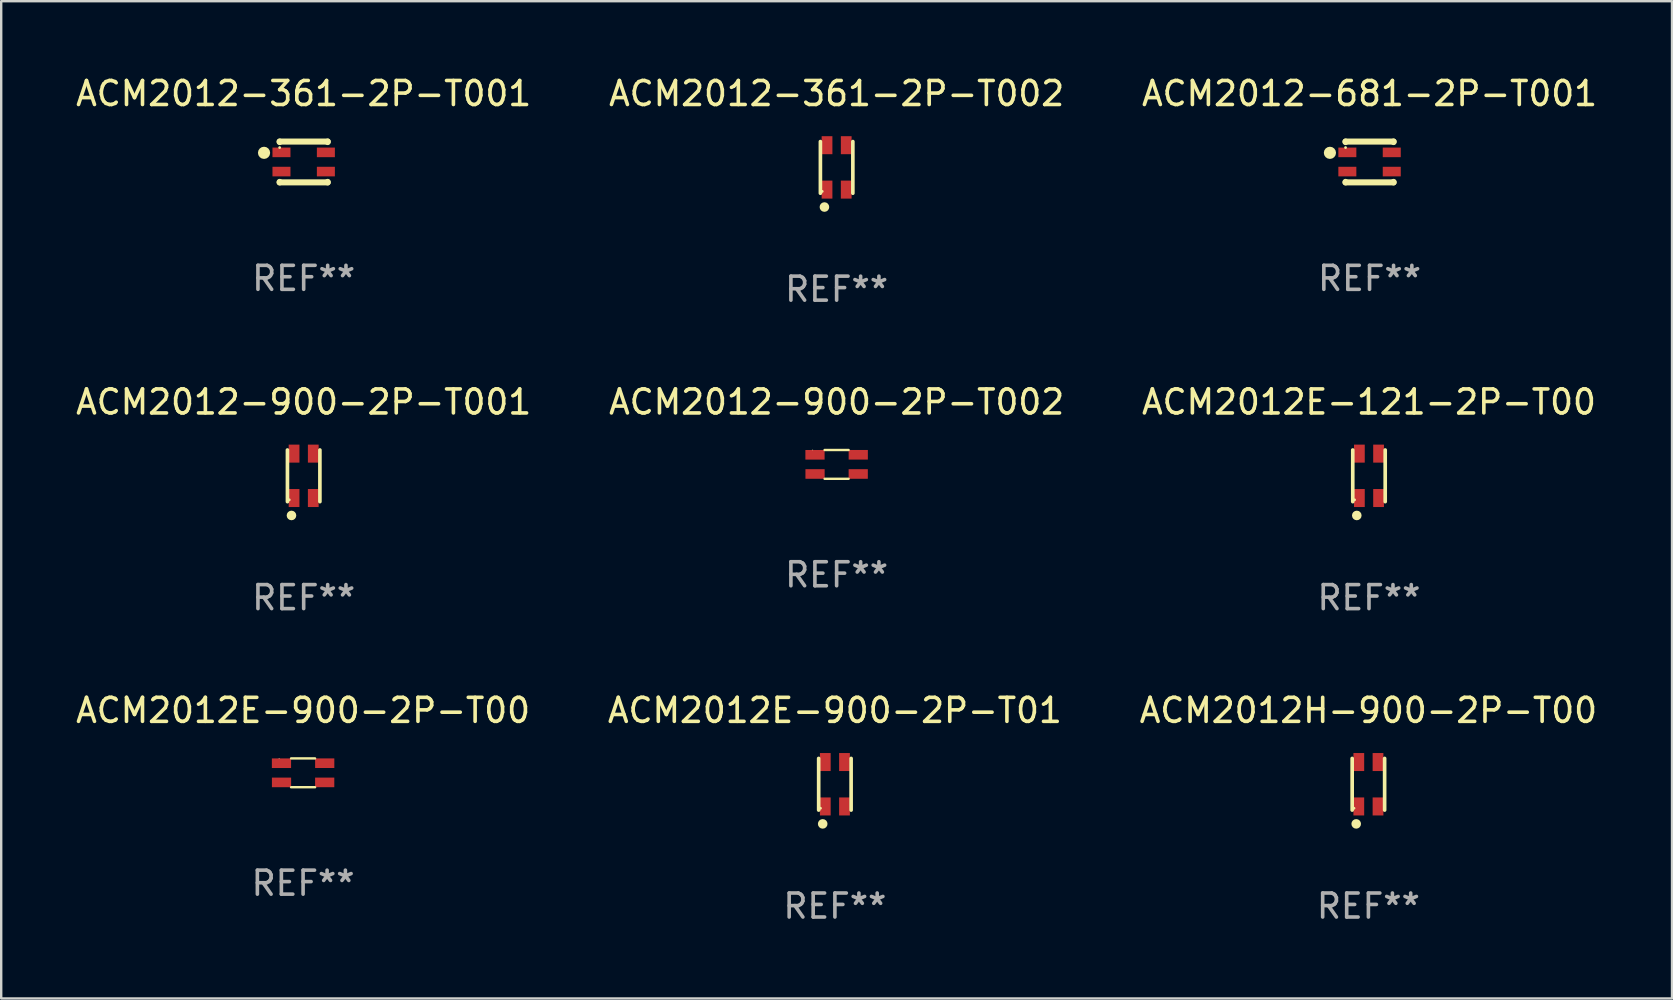
<source format=kicad_pcb>
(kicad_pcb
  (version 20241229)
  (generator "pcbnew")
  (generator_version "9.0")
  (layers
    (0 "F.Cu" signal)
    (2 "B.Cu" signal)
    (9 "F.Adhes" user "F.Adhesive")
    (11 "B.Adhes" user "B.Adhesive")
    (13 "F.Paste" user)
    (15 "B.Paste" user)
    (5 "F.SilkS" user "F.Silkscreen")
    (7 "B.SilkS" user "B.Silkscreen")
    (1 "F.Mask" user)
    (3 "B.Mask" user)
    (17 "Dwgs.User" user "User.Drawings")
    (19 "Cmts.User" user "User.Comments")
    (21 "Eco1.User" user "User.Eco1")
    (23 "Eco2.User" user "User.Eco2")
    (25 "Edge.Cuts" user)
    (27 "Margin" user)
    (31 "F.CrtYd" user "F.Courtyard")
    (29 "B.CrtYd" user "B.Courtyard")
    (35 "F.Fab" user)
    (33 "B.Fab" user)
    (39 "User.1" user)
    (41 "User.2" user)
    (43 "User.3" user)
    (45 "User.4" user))
  (footprint "ACM2012-900-2P-T002"
    (layer "F.Cu")
    (at 31.804 16.297)
    (property "Reference" "ACM2012-900-2P-T002" (at 0 -2.6 0) (layer "F.SilkS") (effects (font (size 1 1) (thickness 0.15))))
    (attr through_hole)
    (fp_line (start -0.501 -0.6) (end 0.499 -0.6) (stroke (width 0.1) (type solid)) (layer "F.SilkS"))
    (fp_line (start -0.501 0.6) (end 0.499 0.6) (stroke (width 0.1) (type solid)) (layer "F.SilkS"))
    (fp_circle (center -1 -0.601) (end -0.99 -0.601) (stroke (width 0.02) (type solid)) (fill no) (layer "F.SilkS"))
    (fp_text user "REF**" (at 0 4.6 0) (layer "F.Fab") (effects (font (size 1 1) (thickness 0.15))))
    (pad "1" smd rect (at -0.901 -0.4 90) (size 0.4 0.8) (layers "F.Cu" "F.Mask" "F.Paste"))
    (pad "2" smd rect (at -0.899 0.399 90) (size 0.4 0.8) (layers "F.Cu" "F.Mask" "F.Paste"))
    (pad "3" smd rect (at 0.9 0.399 90) (size 0.4 0.8) (layers "F.Cu" "F.Mask" "F.Paste"))
    (pad "4" smd rect (at 0.901 -0.401 90) (size 0.4 0.8) (layers "F.Cu" "F.Mask" "F.Paste")))
  (footprint "ACM2012-681-2P-T001"
    (layer "F.Cu")
    (at 54.006 3.698)
    (property "Reference" "ACM2012-681-2P-T001" (at 0 -2.85 0) (layer "F.SilkS") (effects (font (size 1 1) (thickness 0.15))))
    (attr through_hole)
    (fp_line (start -1 -0.85) (end -1 -0.831) (stroke (width 0.254) (type solid)) (layer "F.SilkS"))
    (fp_line (start -1 -0.85) (end 1 -0.85) (stroke (width 0.254) (type solid)) (layer "F.SilkS"))
    (fp_line (start -1 0.831) (end -1 0.85) (stroke (width 0.254) (type solid)) (layer "F.SilkS"))
    (fp_line (start -1 0.85) (end 1 0.85) (stroke (width 0.254) (type solid)) (layer "F.SilkS"))
    (fp_line (start 1 -0.85) (end 1 -0.831) (stroke (width 0.254) (type solid)) (layer "F.SilkS"))
    (fp_line (start 1 0.831) (end 1 0.85) (stroke (width 0.254) (type solid)) (layer "F.SilkS"))
    (fp_circle (center -1.651 -0.381) (end -1.524 -0.381) (stroke (width 0.254) (type solid)) (fill no) (layer "F.SilkS"))
    (fp_circle (center -1 -0.6) (end -0.97 -0.6) (stroke (width 0.06) (type solid)) (fill no) (layer "F.SilkS"))
    (fp_text user "REF**" (at 0 4.85 0) (layer "F.Fab") (effects (font (size 1 1) (thickness 0.15))))
    (pad "1" smd rect (at -0.925 -0.4) (size 0.75 0.4) (layers "F.Cu" "F.Mask" "F.Paste"))
    (pad "2" smd rect (at -0.925 0.4) (size 0.75 0.4) (layers "F.Cu" "F.Mask" "F.Paste"))
    (pad "3" smd rect (at 0.925 0.4) (size 0.75 0.4) (layers "F.Cu" "F.Mask" "F.Paste"))
    (pad "4" smd rect (at 0.925 -0.4) (size 0.75 0.4) (layers "F.Cu" "F.Mask" "F.Paste")))
  (footprint "ACM2012E-900-2P-T00"
    (layer "F.Cu")
    (at 9.577 29.146)
    (property "Reference" "ACM2012E-900-2P-T00" (at 0 -2.6 0) (layer "F.SilkS") (effects (font (size 1 1) (thickness 0.15))))
    (attr through_hole)
    (fp_line (start -0.501 -0.6) (end 0.499 -0.6) (stroke (width 0.1) (type solid)) (layer "F.SilkS"))
    (fp_line (start -0.501 0.6) (end 0.499 0.6) (stroke (width 0.1) (type solid)) (layer "F.SilkS"))
    (fp_circle (center -1 -0.601) (end -0.99 -0.601) (stroke (width 0.02) (type solid)) (fill no) (layer "F.SilkS"))
    (fp_text user "REF**" (at 0 4.6 0) (layer "F.Fab") (effects (font (size 1 1) (thickness 0.15))))
    (pad "1" smd rect (at -0.901 -0.4 90) (size 0.4 0.8) (layers "F.Cu" "F.Mask" "F.Paste"))
    (pad "2" smd rect (at -0.899 0.399 90) (size 0.4 0.8) (layers "F.Cu" "F.Mask" "F.Paste"))
    (pad "3" smd rect (at 0.9 0.399 90) (size 0.4 0.8) (layers "F.Cu" "F.Mask" "F.Paste"))
    (pad "4" smd rect (at 0.901 -0.401 90) (size 0.4 0.8) (layers "F.Cu" "F.Mask" "F.Paste")))
  (footprint "ACM2012-361-2P-T001"
    (layer "F.Cu")
    (at 9.601 3.698)
    (property "Reference" "ACM2012-361-2P-T001" (at 0 -2.85 0) (layer "F.SilkS") (effects (font (size 1 1) (thickness 0.15))))
    (attr through_hole)
    (fp_line (start -1 -0.85) (end -1 -0.831) (stroke (width 0.254) (type solid)) (layer "F.SilkS"))
    (fp_line (start -1 -0.85) (end 1 -0.85) (stroke (width 0.254) (type solid)) (layer "F.SilkS"))
    (fp_line (start -1 0.831) (end -1 0.85) (stroke (width 0.254) (type solid)) (layer "F.SilkS"))
    (fp_line (start -1 0.85) (end 1 0.85) (stroke (width 0.254) (type solid)) (layer "F.SilkS"))
    (fp_line (start 1 -0.85) (end 1 -0.831) (stroke (width 0.254) (type solid)) (layer "F.SilkS"))
    (fp_line (start 1 0.831) (end 1 0.85) (stroke (width 0.254) (type solid)) (layer "F.SilkS"))
    (fp_circle (center -1.651 -0.381) (end -1.524 -0.381) (stroke (width 0.254) (type solid)) (fill no) (layer "F.SilkS"))
    (fp_circle (center -1 -0.6) (end -0.97 -0.6) (stroke (width 0.06) (type solid)) (fill no) (layer "F.SilkS"))
    (fp_text user "REF**" (at 0 4.85 0) (layer "F.Fab") (effects (font (size 1 1) (thickness 0.15))))
    (pad "1" smd rect (at -0.925 -0.4) (size 0.75 0.4) (layers "F.Cu" "F.Mask" "F.Paste"))
    (pad "2" smd rect (at -0.925 0.4) (size 0.75 0.4) (layers "F.Cu" "F.Mask" "F.Paste"))
    (pad "3" smd rect (at 0.925 0.4) (size 0.75 0.4) (layers "F.Cu" "F.Mask" "F.Paste"))
    (pad "4" smd rect (at 0.925 -0.4) (size 0.75 0.4) (layers "F.Cu" "F.Mask" "F.Paste")))
  (footprint "ACM2012H-900-2P-T00"
    (layer "F.Cu")
    (at 53.958 29.622)
    (property "Reference" "ACM2012H-900-2P-T00" (at 0 -3.076 0) (layer "F.SilkS") (effects (font (size 1 1) (thickness 0.15))))
    (attr through_hole)
    (fp_line (start -0.676 1.076) (end -0.676 -1.076) (stroke (width 0.152) (type solid)) (layer "F.SilkS"))
    (fp_line (start 0.676 1.076) (end 0.676 -1.076) (stroke (width 0.152) (type solid)) (layer "F.SilkS"))
    (fp_circle (center -0.6 1) (end -0.57 1) (stroke (width 0.06) (type solid)) (fill no) (layer "F.SilkS"))
    (fp_circle (center -0.508 1.651) (end -0.408 1.651) (stroke (width 0.2) (type solid)) (fill no) (layer "F.SilkS"))
    (fp_text user "REF**" (at 0 5.076 0) (layer "F.Fab") (effects (font (size 1 1) (thickness 0.15))))
    (pad "1" smd rect (at -0.4 0.925) (size 0.448 0.75) (layers "F.Cu" "F.Mask" "F.Paste"))
    (pad "2" smd rect (at 0.4 0.925) (size 0.448 0.75) (layers "F.Cu" "F.Mask" "F.Paste"))
    (pad "3" smd rect (at 0.4 -0.925) (size 0.448 0.75) (layers "F.Cu" "F.Mask" "F.Paste"))
    (pad "4" smd rect (at -0.4 -0.925) (size 0.448 0.75) (layers "F.Cu" "F.Mask" "F.Paste")))
  (footprint "ACM2012E-900-2P-T01"
    (layer "F.Cu")
    (at 31.732 29.622)
    (property "Reference" "ACM2012E-900-2P-T01" (at 0 -3.076 0) (layer "F.SilkS") (effects (font (size 1 1) (thickness 0.15))))
    (attr through_hole)
    (fp_line (start -0.676 1.076) (end -0.676 -1.076) (stroke (width 0.152) (type solid)) (layer "F.SilkS"))
    (fp_line (start 0.676 1.076) (end 0.676 -1.076) (stroke (width 0.152) (type solid)) (layer "F.SilkS"))
    (fp_circle (center -0.6 1) (end -0.57 1) (stroke (width 0.06) (type solid)) (fill no) (layer "F.SilkS"))
    (fp_circle (center -0.508 1.651) (end -0.408 1.651) (stroke (width 0.2) (type solid)) (fill no) (layer "F.SilkS"))
    (fp_text user "REF**" (at 0 5.076 0) (layer "F.Fab") (effects (font (size 1 1) (thickness 0.15))))
    (pad "1" smd rect (at -0.4 0.925) (size 0.448 0.75) (layers "F.Cu" "F.Mask" "F.Paste"))
    (pad "2" smd rect (at 0.4 0.925) (size 0.448 0.75) (layers "F.Cu" "F.Mask" "F.Paste"))
    (pad "3" smd rect (at 0.4 -0.925) (size 0.448 0.75) (layers "F.Cu" "F.Mask" "F.Paste"))
    (pad "4" smd rect (at -0.4 -0.925) (size 0.448 0.75) (layers "F.Cu" "F.Mask" "F.Paste")))
  (footprint "ACM2012-900-2P-T001"
    (layer "F.Cu")
    (at 9.601 16.773)
    (property "Reference" "ACM2012-900-2P-T001" (at 0 -3.076 0) (layer "F.SilkS") (effects (font (size 1 1) (thickness 0.15))))
    (attr through_hole)
    (fp_line (start -0.676 1.076) (end -0.676 -1.076) (stroke (width 0.152) (type solid)) (layer "F.SilkS"))
    (fp_line (start 0.676 1.076) (end 0.676 -1.076) (stroke (width 0.152) (type solid)) (layer "F.SilkS"))
    (fp_circle (center -0.6 1) (end -0.57 1) (stroke (width 0.06) (type solid)) (fill no) (layer "F.SilkS"))
    (fp_circle (center -0.508 1.651) (end -0.408 1.651) (stroke (width 0.2) (type solid)) (fill no) (layer "F.SilkS"))
    (fp_text user "REF**" (at 0 5.076 0) (layer "F.Fab") (effects (font (size 1 1) (thickness 0.15))))
    (pad "1" smd rect (at -0.4 0.925) (size 0.448 0.75) (layers "F.Cu" "F.Mask" "F.Paste"))
    (pad "2" smd rect (at 0.4 0.925) (size 0.448 0.75) (layers "F.Cu" "F.Mask" "F.Paste"))
    (pad "3" smd rect (at 0.4 -0.925) (size 0.448 0.75) (layers "F.Cu" "F.Mask" "F.Paste"))
    (pad "4" smd rect (at -0.4 -0.925) (size 0.448 0.75) (layers "F.Cu" "F.Mask" "F.Paste")))
  (footprint "ACM2012E-121-2P-T00"
    (layer "F.Cu")
    (at 53.982 16.773)
    (property "Reference" "ACM2012E-121-2P-T00" (at 0 -3.076 0) (layer "F.SilkS") (effects (font (size 1 1) (thickness 0.15))))
    (attr through_hole)
    (fp_line (start -0.676 1.076) (end -0.676 -1.076) (stroke (width 0.152) (type solid)) (layer "F.SilkS"))
    (fp_line (start 0.676 1.076) (end 0.676 -1.076) (stroke (width 0.152) (type solid)) (layer "F.SilkS"))
    (fp_circle (center -0.6 1) (end -0.57 1) (stroke (width 0.06) (type solid)) (fill no) (layer "F.SilkS"))
    (fp_circle (center -0.508 1.651) (end -0.408 1.651) (stroke (width 0.2) (type solid)) (fill no) (layer "F.SilkS"))
    (fp_text user "REF**" (at 0 5.076 0) (layer "F.Fab") (effects (font (size 1 1) (thickness 0.15))))
    (pad "1" smd rect (at -0.4 0.925) (size 0.448 0.75) (layers "F.Cu" "F.Mask" "F.Paste"))
    (pad "2" smd rect (at 0.4 0.925) (size 0.448 0.75) (layers "F.Cu" "F.Mask" "F.Paste"))
    (pad "3" smd rect (at 0.4 -0.925) (size 0.448 0.75) (layers "F.Cu" "F.Mask" "F.Paste"))
    (pad "4" smd rect (at -0.4 -0.925) (size 0.448 0.75) (layers "F.Cu" "F.Mask" "F.Paste")))
  (footprint "ACM2012-361-2P-T002"
    (layer "F.Cu")
    (at 31.804 3.924)
    (property "Reference" "ACM2012-361-2P-T002" (at 0 -3.076 0) (layer "F.SilkS") (effects (font (size 1 1) (thickness 0.15))))
    (attr through_hole)
    (fp_line (start -0.676 1.076) (end -0.676 -1.076) (stroke (width 0.152) (type solid)) (layer "F.SilkS"))
    (fp_line (start 0.676 1.076) (end 0.676 -1.076) (stroke (width 0.152) (type solid)) (layer "F.SilkS"))
    (fp_circle (center -0.6 1) (end -0.57 1) (stroke (width 0.06) (type solid)) (fill no) (layer "F.SilkS"))
    (fp_circle (center -0.508 1.651) (end -0.408 1.651) (stroke (width 0.2) (type solid)) (fill no) (layer "F.SilkS"))
    (fp_text user "REF**" (at 0 5.076 0) (layer "F.Fab") (effects (font (size 1 1) (thickness 0.15))))
    (pad "1" smd rect (at -0.4 0.925) (size 0.448 0.75) (layers "F.Cu" "F.Mask" "F.Paste"))
    (pad "2" smd rect (at 0.4 0.925) (size 0.448 0.75) (layers "F.Cu" "F.Mask" "F.Paste"))
    (pad "3" smd rect (at 0.4 -0.925) (size 0.448 0.75) (layers "F.Cu" "F.Mask" "F.Paste"))
    (pad "4" smd rect (at -0.4 -0.925) (size 0.448 0.75) (layers "F.Cu" "F.Mask" "F.Paste")))
  (gr_rect
    (start -3 -3)
    (end 66.607 38.547)
    (stroke (width 0.1) (type default))
    (fill no)
    (layer "Edge.Cuts")))
</source>
